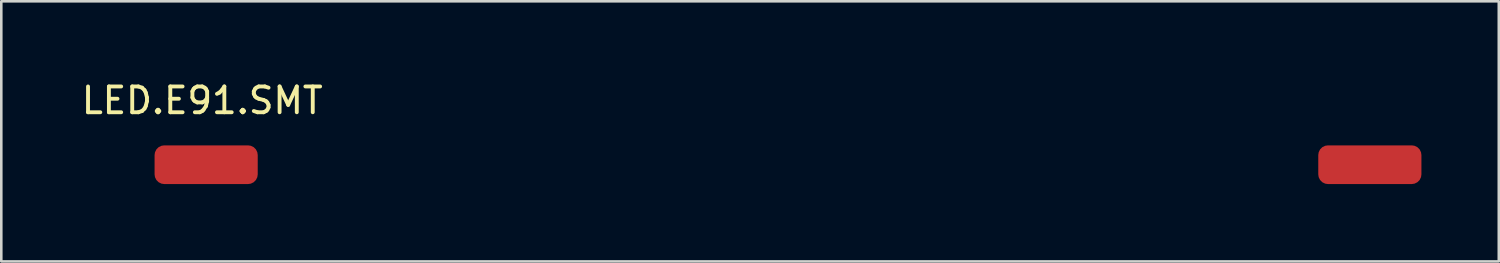
<source format=kicad_pcb>
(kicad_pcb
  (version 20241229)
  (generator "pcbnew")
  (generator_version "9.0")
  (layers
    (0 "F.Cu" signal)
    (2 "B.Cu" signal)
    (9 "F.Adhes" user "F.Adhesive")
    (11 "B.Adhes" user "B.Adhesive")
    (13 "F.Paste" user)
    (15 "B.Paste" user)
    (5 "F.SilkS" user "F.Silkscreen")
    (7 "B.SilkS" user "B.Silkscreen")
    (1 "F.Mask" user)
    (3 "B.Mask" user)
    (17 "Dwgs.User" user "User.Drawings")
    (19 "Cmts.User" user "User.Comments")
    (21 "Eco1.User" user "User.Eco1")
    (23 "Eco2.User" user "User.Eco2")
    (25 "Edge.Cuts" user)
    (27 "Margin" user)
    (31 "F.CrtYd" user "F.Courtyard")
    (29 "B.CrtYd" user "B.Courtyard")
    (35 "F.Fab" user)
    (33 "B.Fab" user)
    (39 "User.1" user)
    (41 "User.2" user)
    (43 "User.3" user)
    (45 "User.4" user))
  (footprint "LED.E91.SMT"
    (layer "F.Cu")
    (at 26.026 3.083)
    (property "Reference" "LED.E91.SMT" (at -21.234 -2.235 0) (layer "F.SilkS") (effects (font (size 1 1) (thickness 0.15))))
    (attr through_hole)
    (pad "1" smd roundrect (at -21.082 0.254) (size 4 1.5) (layers "F.Cu" "F.Mask" "F.Paste") (roundrect_rratio 0.25))
    (pad "1" smd roundrect (at 24.043 0.254) (size 4 1.5) (layers "F.Cu" "F.Mask" "F.Paste") (roundrect_rratio 0.25)))
  (gr_rect
    (start -3 -3)
    (end 55.069 7.087)
    (stroke (width 0.1) (type default))
    (fill no)
    (layer "Edge.Cuts")))
</source>
